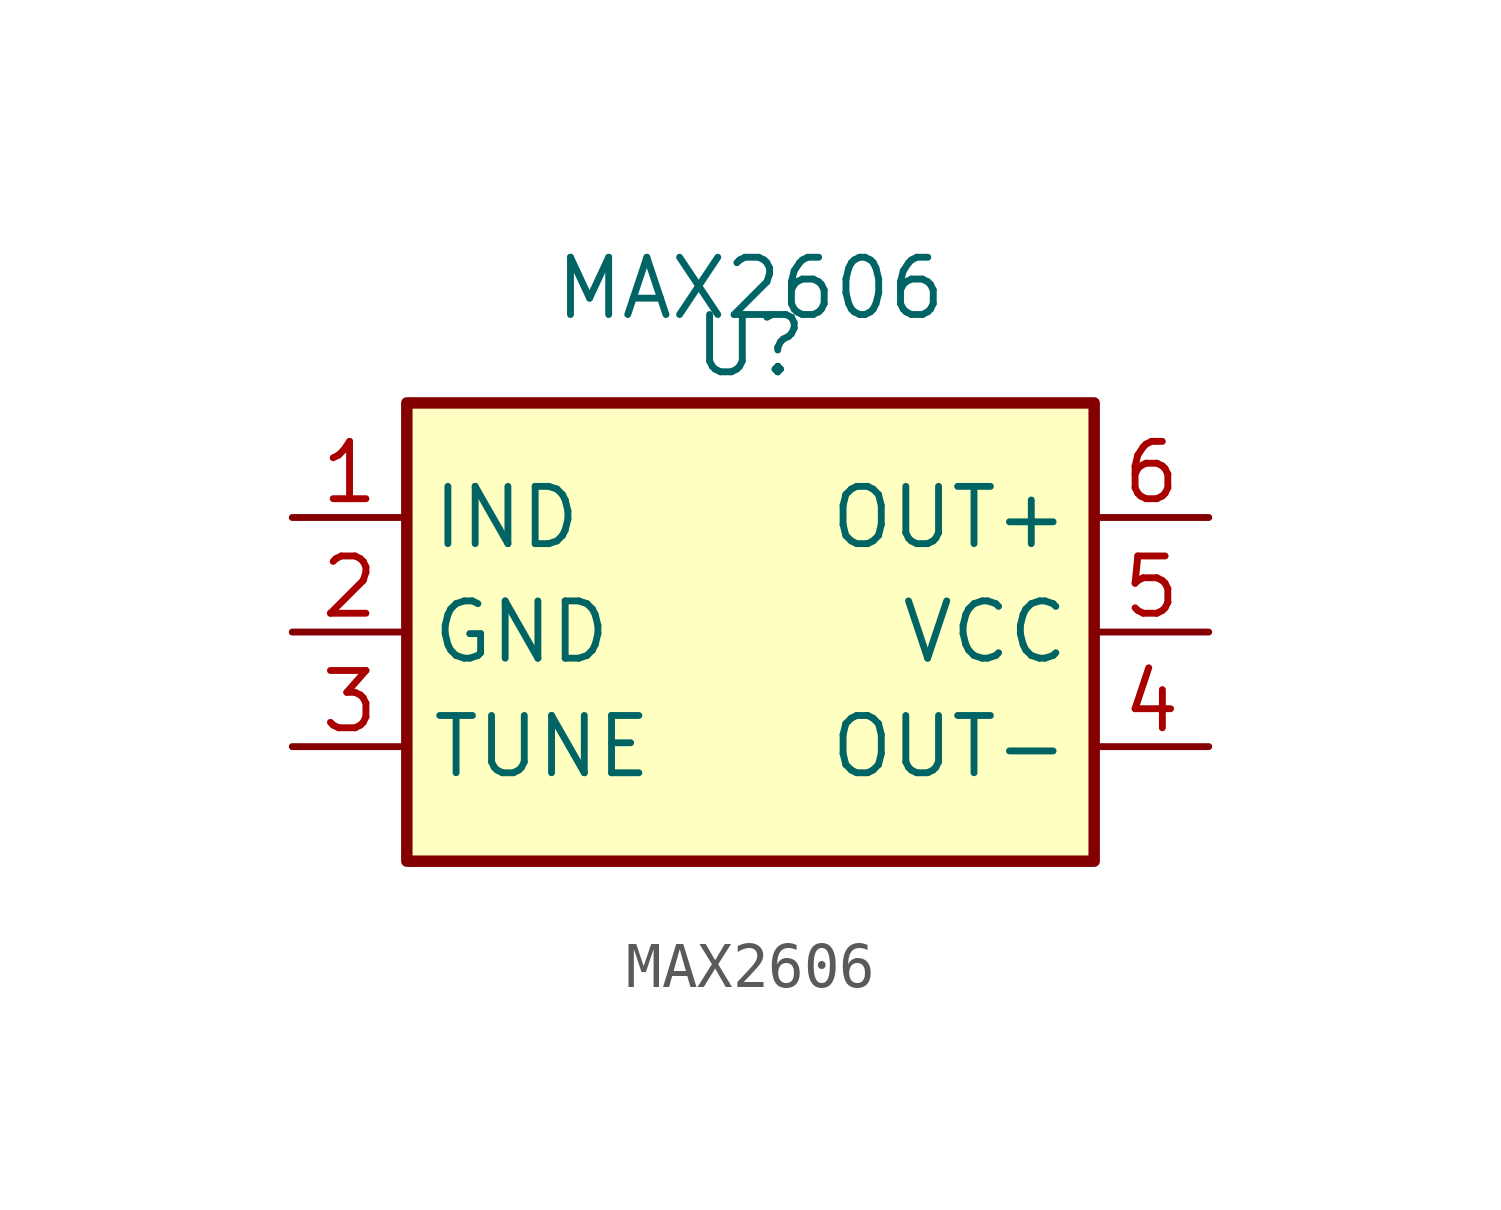
<source format=kicad_sym>
(kicad_symbol_lib
  (version 20220914)
  (generator kicad_symbol_editor)
  (symbol "MAX2606"
    (property "Reference" "U"
      (at 0 6.35 0)
      (effects (font (size 1.27 1.27))))
    (property "Value" "MAX2606"
      (at 0 7.62 0)
      (effects (font (size 1.27 1.27))))
    (symbol "MAX2606_0_1"
      (rectangle (start -7.62 5.08) (end 7.62 -5.08) (stroke (width 0.254) (type default)) (fill (type background))))
    (symbol "MAX2606_1_1"
      (pin input line (at -10.16 2.54 0) (length 2.54) (name "IND" (effects (font (size 1.27 1.27)))) (number "1" (effects (font (size 1.27 1.27)))))
      (pin bidirectional line (at -10.16 0 0) (length 2.54) (name "GND" (effects (font (size 1.27 1.27)))) (number "2" (effects (font (size 1.27 1.27)))))
      (pin input line (at -10.16 -2.54 0) (length 2.54) (name "TUNE" (effects (font (size 1.27 1.27)))) (number "3" (effects (font (size 1.27 1.27)))))
      (pin output line (at 10.16 -2.54 180) (length 2.54) (name "OUT-" (effects (font (size 1.27 1.27)))) (number "4" (effects (font (size 1.27 1.27)))))
      (pin power_in line (at 10.16 0 180) (length 2.54) (name "VCC" (effects (font (size 1.27 1.27)))) (number "5" (effects (font (size 1.27 1.27)))))
      (pin output line (at 10.16 2.54 180) (length 2.54) (name "OUT+" (effects (font (size 1.27 1.27)))) (number "6" (effects (font (size 1.27 1.27))))))))
</source>
